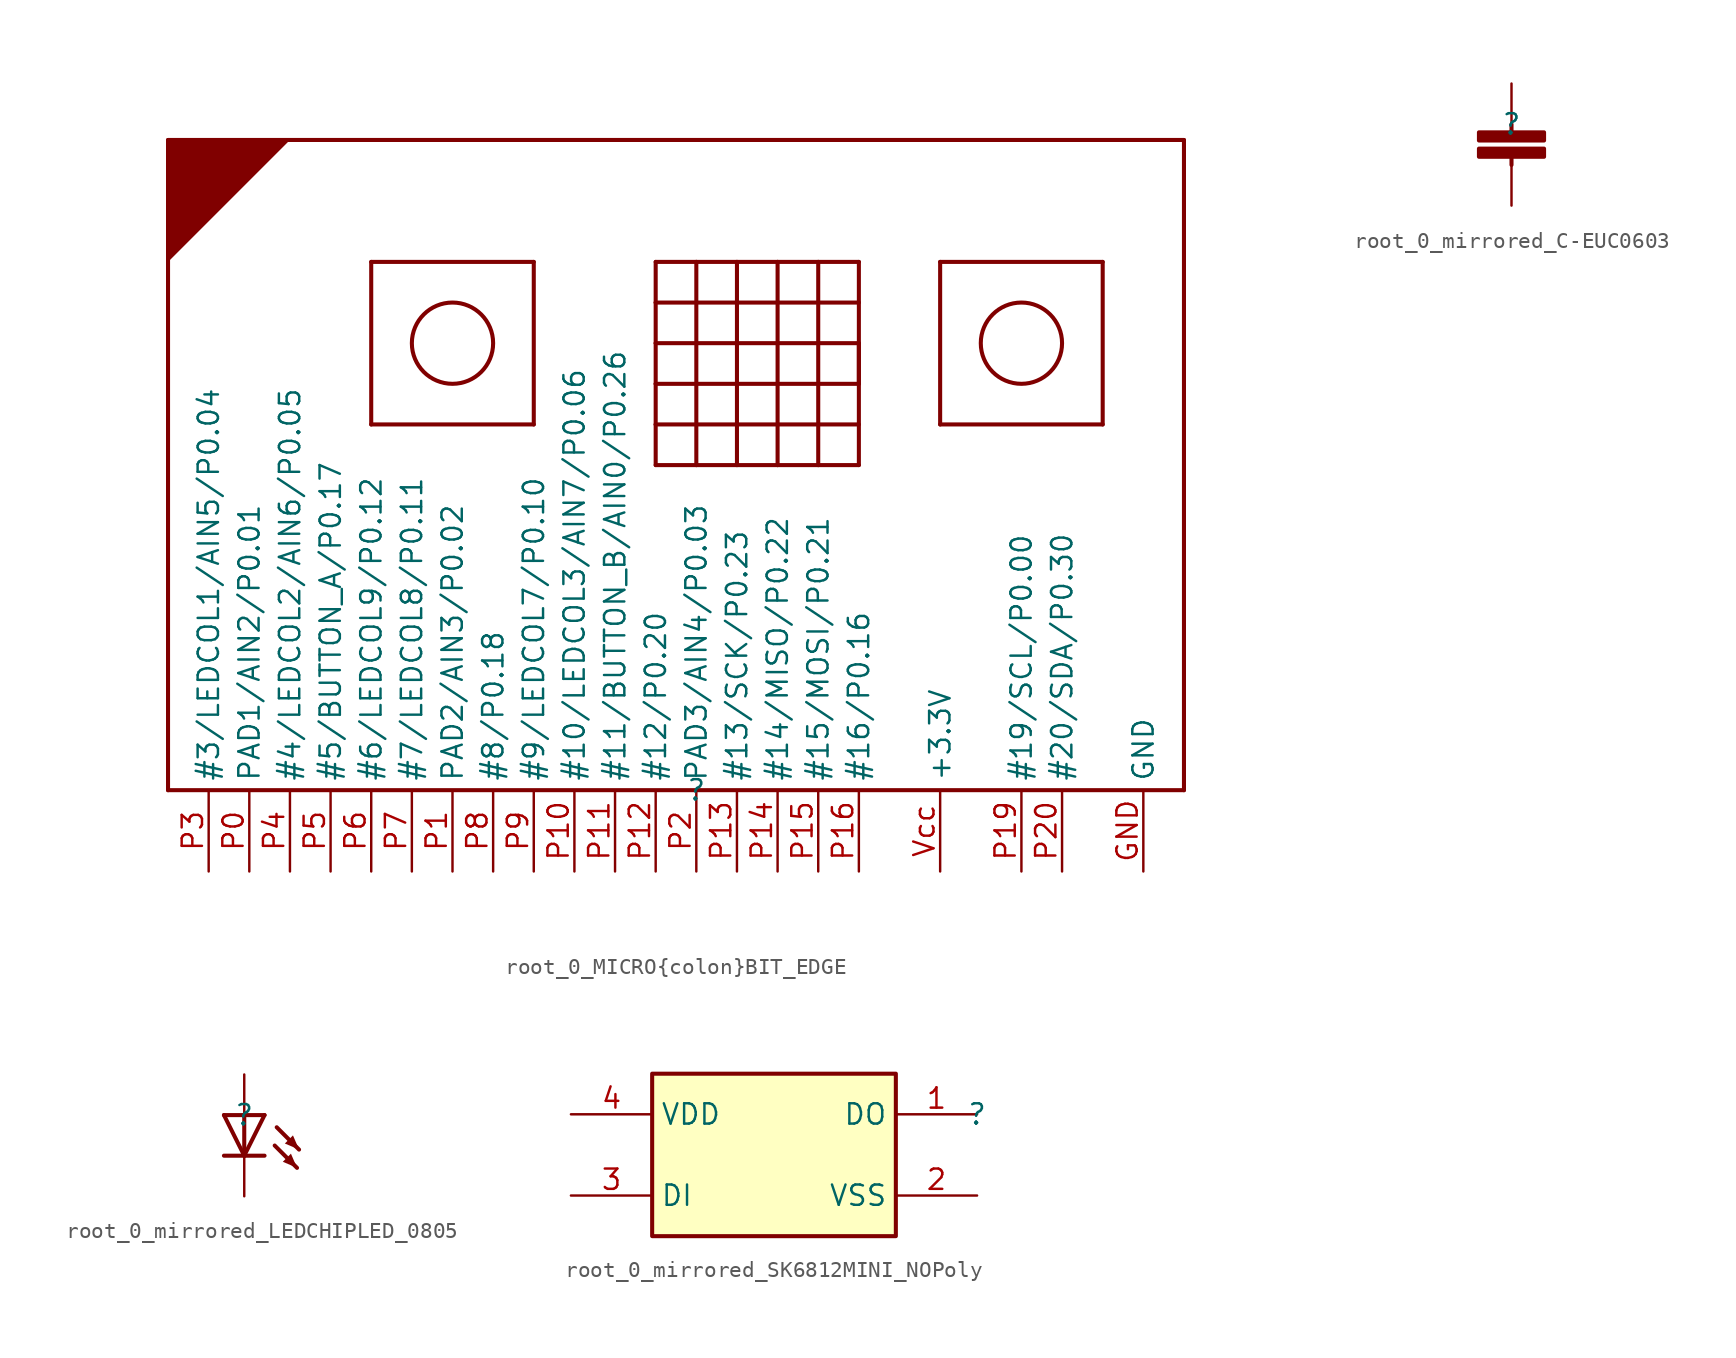
<source format=kicad_sym>
(kicad_symbol_lib
  (version 20231120)
  (generator "kicad_symbol_editor")
  (generator_version "8.0")
  (symbol "root_0_MICRO{colon}BIT_EDGE"
    (property "Reference" ""
      (at 0 0 0)
      (effects (font (size 1.27 1.27))))
    (property "Value" ""
      (at 0 0 0)
      (effects (font (size 1.27 1.27))))
    (symbol "root_0_MICRO{colon}BIT_EDGE_1_0"
      (circle (center -15.24 27.94) (radius 2.54) (stroke (width 0.254) (type solid) (color 128 0 0 1)) (fill (type none)))
      (polyline (pts (xy -33.02 0) (xy -33.02 40.64)) (stroke (width 0.254) (type solid) (color 128 0 0 1)) (fill (type none)))
      (polyline (pts (xy -33.02 40.64) (xy 30.48 40.64)) (stroke (width 0.254) (type solid) (color 128 0 0 1)) (fill (type none)))
      (polyline (pts (xy -20.32 22.86) (xy -20.32 33.02)) (stroke (width 0.254) (type solid) (color 128 0 0 1)) (fill (type none)))
      (polyline (pts (xy -20.32 33.02) (xy -10.16 33.02)) (stroke (width 0.254) (type solid) (color 128 0 0 1)) (fill (type none)))
      (polyline (pts (xy -10.16 22.86) (xy -20.32 22.86)) (stroke (width 0.254) (type solid) (color 128 0 0 1)) (fill (type none)))
      (polyline (pts (xy -10.16 33.02) (xy -10.16 22.86)) (stroke (width 0.254) (type solid) (color 128 0 0 1)) (fill (type none)))
      (polyline (pts (xy -2.54 20.32) (xy -2.54 22.86)) (stroke (width 0.254) (type solid) (color 128 0 0 1)) (fill (type none)))
      (polyline (pts (xy -2.54 22.86) (xy -2.54 25.4)) (stroke (width 0.254) (type solid) (color 128 0 0 1)) (fill (type none)))
      (polyline (pts (xy -2.54 25.4) (xy -2.54 27.94)) (stroke (width 0.254) (type solid) (color 128 0 0 1)) (fill (type none)))
      (polyline (pts (xy -2.54 25.4) (xy 10.16 25.4)) (stroke (width 0.254) (type solid) (color 128 0 0 1)) (fill (type none)))
      (polyline (pts (xy -2.54 27.94) (xy -2.54 30.48)) (stroke (width 0.254) (type solid) (color 128 0 0 1)) (fill (type none)))
      (polyline (pts (xy -2.54 30.48) (xy -2.54 33.02)) (stroke (width 0.254) (type solid) (color 128 0 0 1)) (fill (type none)))
      (polyline (pts (xy -2.54 30.48) (xy 10.16 30.48)) (stroke (width 0.254) (type solid) (color 128 0 0 1)) (fill (type none)))
      (polyline (pts (xy 0 20.32) (xy -2.54 20.32)) (stroke (width 0.254) (type solid) (color 128 0 0 1)) (fill (type none)))
      (polyline (pts (xy 0 20.32) (xy 0 33.02)) (stroke (width 0.254) (type solid) (color 128 0 0 1)) (fill (type none)))
      (polyline (pts (xy 0 33.02) (xy -2.54 33.02)) (stroke (width 0.254) (type solid) (color 128 0 0 1)) (fill (type none)))
      (polyline (pts (xy 0 33.02) (xy 2.54 33.02)) (stroke (width 0.254) (type solid) (color 128 0 0 1)) (fill (type none)))
      (polyline (pts (xy 2.54 20.32) (xy 0 20.32)) (stroke (width 0.254) (type solid) (color 128 0 0 1)) (fill (type none)))
      (polyline (pts (xy 2.54 20.32) (xy 2.54 33.02)) (stroke (width 0.254) (type solid) (color 128 0 0 1)) (fill (type none)))
      (polyline (pts (xy 2.54 33.02) (xy 5.08 33.02)) (stroke (width 0.254) (type solid) (color 128 0 0 1)) (fill (type none)))
      (polyline (pts (xy 5.08 20.32) (xy 2.54 20.32)) (stroke (width 0.254) (type solid) (color 128 0 0 1)) (fill (type none)))
      (polyline (pts (xy 5.08 33.02) (xy 5.08 20.32)) (stroke (width 0.254) (type solid) (color 128 0 0 1)) (fill (type none)))
      (polyline (pts (xy 7.62 20.32) (xy 5.08 20.32)) (stroke (width 0.254) (type solid) (color 128 0 0 1)) (fill (type none)))
      (polyline (pts (xy 7.62 20.32) (xy 7.62 33.02)) (stroke (width 0.254) (type solid) (color 128 0 0 1)) (fill (type none)))
      (polyline (pts (xy 7.62 33.02) (xy 5.08 33.02)) (stroke (width 0.254) (type solid) (color 128 0 0 1)) (fill (type none)))
      (polyline (pts (xy 7.62 33.02) (xy 10.16 33.02)) (stroke (width 0.254) (type solid) (color 128 0 0 1)) (fill (type none)))
      (polyline (pts (xy 10.16 20.32) (xy 7.62 20.32)) (stroke (width 0.254) (type solid) (color 128 0 0 1)) (fill (type none)))
      (polyline (pts (xy 10.16 22.86) (xy -2.54 22.86)) (stroke (width 0.254) (type solid) (color 128 0 0 1)) (fill (type none)))
      (polyline (pts (xy 10.16 25.4) (xy 10.16 27.94)) (stroke (width 0.254) (type solid) (color 128 0 0 1)) (fill (type none)))
      (polyline (pts (xy 10.16 27.94) (xy -2.54 27.94)) (stroke (width 0.254) (type solid) (color 128 0 0 1)) (fill (type none)))
      (polyline (pts (xy 10.16 33.02) (xy 10.16 20.32)) (stroke (width 0.254) (type solid) (color 128 0 0 1)) (fill (type none)))
      (polyline (pts (xy 15.24 22.86) (xy 15.24 33.02)) (stroke (width 0.254) (type solid) (color 128 0 0 1)) (fill (type none)))
      (polyline (pts (xy 15.24 33.02) (xy 25.4 33.02)) (stroke (width 0.254) (type solid) (color 128 0 0 1)) (fill (type none)))
      (polyline (pts (xy 25.4 22.86) (xy 15.24 22.86)) (stroke (width 0.254) (type solid) (color 128 0 0 1)) (fill (type none)))
      (polyline (pts (xy 25.4 33.02) (xy 25.4 22.86)) (stroke (width 0.254) (type solid) (color 128 0 0 1)) (fill (type none)))
      (polyline (pts (xy 30.48 0) (xy -33.02 0)) (stroke (width 0.254) (type solid) (color 128 0 0 1)) (fill (type none)))
      (polyline (pts (xy 30.48 40.64) (xy 30.48 0)) (stroke (width 0.254) (type solid) (color 128 0 0 1)) (fill (type none)))
      (polyline (pts (xy -33.02 33.02) (xy -25.4 40.64) (xy -33.02 40.64) (xy -33.02 33.02)) (stroke (width -0.0001) (type solid) (color 128 0 0 1)) (fill (type outline)))
      (circle (center 20.32 27.94) (radius 2.54) (stroke (width 0.254) (type solid) (color 128 0 0 1)) (fill (type none)))
      (pin power_in line (at 27.94 -5.08 90) (length 5.08) (name "GND" (effects (font (size 1.27 1.27)))) (number "GND" (effects (font (size 1.27 1.27)))))
      (pin bidirectional line (at -27.94 -5.08 90) (length 5.08) (name "PAD1/AIN2/P0.01" (effects (font (size 1.27 1.27)))) (number "P0" (effects (font (size 1.27 1.27)))))
      (pin bidirectional line (at -15.24 -5.08 90) (length 5.08) (name "PAD2/AIN3/P0.02" (effects (font (size 1.27 1.27)))) (number "P1" (effects (font (size 1.27 1.27)))))
      (pin bidirectional line (at -7.62 -5.08 90) (length 5.08) (name "#10/LEDCOL3/AIN7/P0.06" (effects (font (size 1.27 1.27)))) (number "P10" (effects (font (size 1.27 1.27)))))
      (pin bidirectional line (at -5.08 -5.08 90) (length 5.08) (name "#11/BUTTON_B/AIN0/P0.26" (effects (font (size 1.27 1.27)))) (number "P11" (effects (font (size 1.27 1.27)))))
      (pin bidirectional line (at -2.54 -5.08 90) (length 5.08) (name "#12/P0.20" (effects (font (size 1.27 1.27)))) (number "P12" (effects (font (size 1.27 1.27)))))
      (pin bidirectional line (at 2.54 -5.08 90) (length 5.08) (name "#13/SCK/P0.23" (effects (font (size 1.27 1.27)))) (number "P13" (effects (font (size 1.27 1.27)))))
      (pin bidirectional line (at 5.08 -5.08 90) (length 5.08) (name "#14/MISO/P0.22" (effects (font (size 1.27 1.27)))) (number "P14" (effects (font (size 1.27 1.27)))))
      (pin bidirectional line (at 7.62 -5.08 90) (length 5.08) (name "#15/MOSI/P0.21" (effects (font (size 1.27 1.27)))) (number "P15" (effects (font (size 1.27 1.27)))))
      (pin bidirectional line (at 10.16 -5.08 90) (length 5.08) (name "#16/P0.16" (effects (font (size 1.27 1.27)))) (number "P16" (effects (font (size 1.27 1.27)))))
      (pin bidirectional line (at 20.32 -5.08 90) (length 5.08) (name "#19/SCL/P0.00" (effects (font (size 1.27 1.27)))) (number "P19" (effects (font (size 1.27 1.27)))))
      (pin bidirectional line (at 0 -5.08 90) (length 5.08) (name "PAD3/AIN4/P0.03" (effects (font (size 1.27 1.27)))) (number "P2" (effects (font (size 1.27 1.27)))))
      (pin bidirectional line (at 22.86 -5.08 90) (length 5.08) (name "#20/SDA/P0.30" (effects (font (size 1.27 1.27)))) (number "P20" (effects (font (size 1.27 1.27)))))
      (pin bidirectional line (at -30.48 -5.08 90) (length 5.08) (name "#3/LEDCOL1/AIN5/P0.04" (effects (font (size 1.27 1.27)))) (number "P3" (effects (font (size 1.27 1.27)))))
      (pin bidirectional line (at -25.4 -5.08 90) (length 5.08) (name "#4/LEDCOL2/AIN6/P0.05" (effects (font (size 1.27 1.27)))) (number "P4" (effects (font (size 1.27 1.27)))))
      (pin bidirectional line (at -22.86 -5.08 90) (length 5.08) (name "#5/BUTTON_A/P0.17" (effects (font (size 1.27 1.27)))) (number "P5" (effects (font (size 1.27 1.27)))))
      (pin bidirectional line (at -20.32 -5.08 90) (length 5.08) (name "#6/LEDCOL9/P0.12" (effects (font (size 1.27 1.27)))) (number "P6" (effects (font (size 1.27 1.27)))))
      (pin bidirectional line (at -17.78 -5.08 90) (length 5.08) (name "#7/LEDCOL8/P0.11" (effects (font (size 1.27 1.27)))) (number "P7" (effects (font (size 1.27 1.27)))))
      (pin bidirectional line (at -12.7 -5.08 90) (length 5.08) (name "#8/P0.18" (effects (font (size 1.27 1.27)))) (number "P8" (effects (font (size 1.27 1.27)))))
      (pin bidirectional line (at -10.16 -5.08 90) (length 5.08) (name "#9/LEDCOL7/P0.10" (effects (font (size 1.27 1.27)))) (number "P9" (effects (font (size 1.27 1.27)))))
      (pin power_in line (at 15.24 -5.08 90) (length 5.08) (name "+3.3V" (effects (font (size 1.27 1.27)))) (number "Vcc" (effects (font (size 1.27 1.27)))))))
  (symbol "root_0_mirrored_C-EUC0603"
    (property "Reference" ""
      (at 0 0 0)
      (effects (font (size 1.27 1.27))))
    (property "Value" ""
      (at 0 0 0)
      (effects (font (size 1.27 1.27))))
    (symbol "root_0_mirrored_C-EUC0603_1_0"
      (polyline (pts (xy 0 -2.032) (xy 0 -2.54)) (stroke (width 0.254) (type solid) (color 128 0 0 1)) (fill (type none)))
      (polyline (pts (xy 0 -0.508) (xy 0 0)) (stroke (width 0.254) (type solid) (color 128 0 0 1)) (fill (type none)))
      (rectangle (start 2.032 -1.524) (end -2.032 -2.032) (stroke (width 0.254) (type solid) (color 128 0 0 1)) (fill (type outline)))
      (rectangle (start 2.032 -0.508) (end -2.032 -1.016) (stroke (width 0.254) (type solid) (color 128 0 0 1)) (fill (type outline)))
      (pin passive line (at 0 2.54 270) (length 2.54) (name "1" (effects (font (size 0 0)))) (number "1" (effects (font (size 0 0)))))
      (pin passive line (at 0 -5.08 90) (length 2.54) (name "2" (effects (font (size 0 0)))) (number "2" (effects (font (size 0 0)))))))
  (symbol "root_0_mirrored_LEDCHIPLED_0805"
    (property "Reference" ""
      (at 0 0 0)
      (effects (font (size 1.27 1.27))))
    (property "Value" ""
      (at 0 0 0)
      (effects (font (size 1.27 1.27))))
    (symbol "root_0_mirrored_LEDCHIPLED_0805_1_0"
      (polyline (pts (xy 0 -2.54) (xy -1.27 -2.54)) (stroke (width 0.254) (type solid) (color 128 0 0 1)) (fill (type none)))
      (polyline (pts (xy 0 -2.54) (xy -1.27 0)) (stroke (width 0.254) (type solid) (color 128 0 0 1)) (fill (type none)))
      (polyline (pts (xy 0 -2.54) (xy 0 0)) (stroke (width 0.254) (type solid) (color 128 0 0 1)) (fill (type none)))
      (polyline (pts (xy 0 0) (xy -1.27 0)) (stroke (width 0.254) (type solid) (color 128 0 0 1)) (fill (type none)))
      (polyline (pts (xy 1.27 -2.54) (xy 0 -2.54)) (stroke (width 0.254) (type solid) (color 128 0 0 1)) (fill (type none)))
      (polyline (pts (xy 1.27 0) (xy 0 -2.54)) (stroke (width 0.254) (type solid) (color 128 0 0 1)) (fill (type none)))
      (polyline (pts (xy 1.27 0) (xy 0 0)) (stroke (width 0.254) (type solid) (color 128 0 0 1)) (fill (type none)))
      (polyline (pts (xy 3.302 -3.302) (xy 1.905 -1.905)) (stroke (width 0.254) (type solid) (color 128 0 0 1)) (fill (type none)))
      (polyline (pts (xy 3.429 -2.159) (xy 2.032 -0.762)) (stroke (width 0.254) (type solid) (color 128 0 0 1)) (fill (type none)))
      (polyline (pts (xy 3.302 -3.302) (xy 2.921 -2.413) (xy 2.413 -2.921) (xy 3.302 -3.302)) (stroke (width -0.0001) (type solid) (color 128 0 0 1)) (fill (type outline)))
      (polyline (pts (xy 3.429 -2.159) (xy 3.048 -1.27) (xy 2.54 -1.778) (xy 3.429 -2.159)) (stroke (width -0.0001) (type solid) (color 128 0 0 1)) (fill (type outline)))
      (pin passive line (at 0 2.54 270) (length 2.54) (name "A" (effects (font (size 0 0)))) (number "A" (effects (font (size 0 0)))))
      (pin passive line (at 0 -5.08 90) (length 2.54) (name "C" (effects (font (size 0 0)))) (number "C" (effects (font (size 0 0)))))))
  (symbol "root_0_mirrored_SK6812MINI_NOPoly"
    (property "Reference" ""
      (at 0 0 0)
      (effects (font (size 1.27 1.27))))
    (property "Value" ""
      (at 0 0 0)
      (effects (font (size 1.27 1.27))))
    (symbol "root_0_mirrored_SK6812MINI_NOPoly_1_0"
      (rectangle (start -5.08 2.54) (end -20.32 -7.62) (stroke (width 0.254) (type solid) (color 128 0 0 1)) (fill (type background)))
      (pin passive line (at 0 0 180) (length 5.08) (name "DO" (effects (font (size 1.27 1.27)))) (number "1" (effects (font (size 1.27 1.27)))))
      (pin passive line (at 0 -5.08 180) (length 5.08) (name "VSS" (effects (font (size 1.27 1.27)))) (number "2" (effects (font (size 1.27 1.27)))))
      (pin passive line (at -25.4 -5.08 0) (length 5.08) (name "DI" (effects (font (size 1.27 1.27)))) (number "3" (effects (font (size 1.27 1.27)))))
      (pin passive line (at -25.4 0 0) (length 5.08) (name "VDD" (effects (font (size 1.27 1.27)))) (number "4" (effects (font (size 1.27 1.27))))))))
</source>
